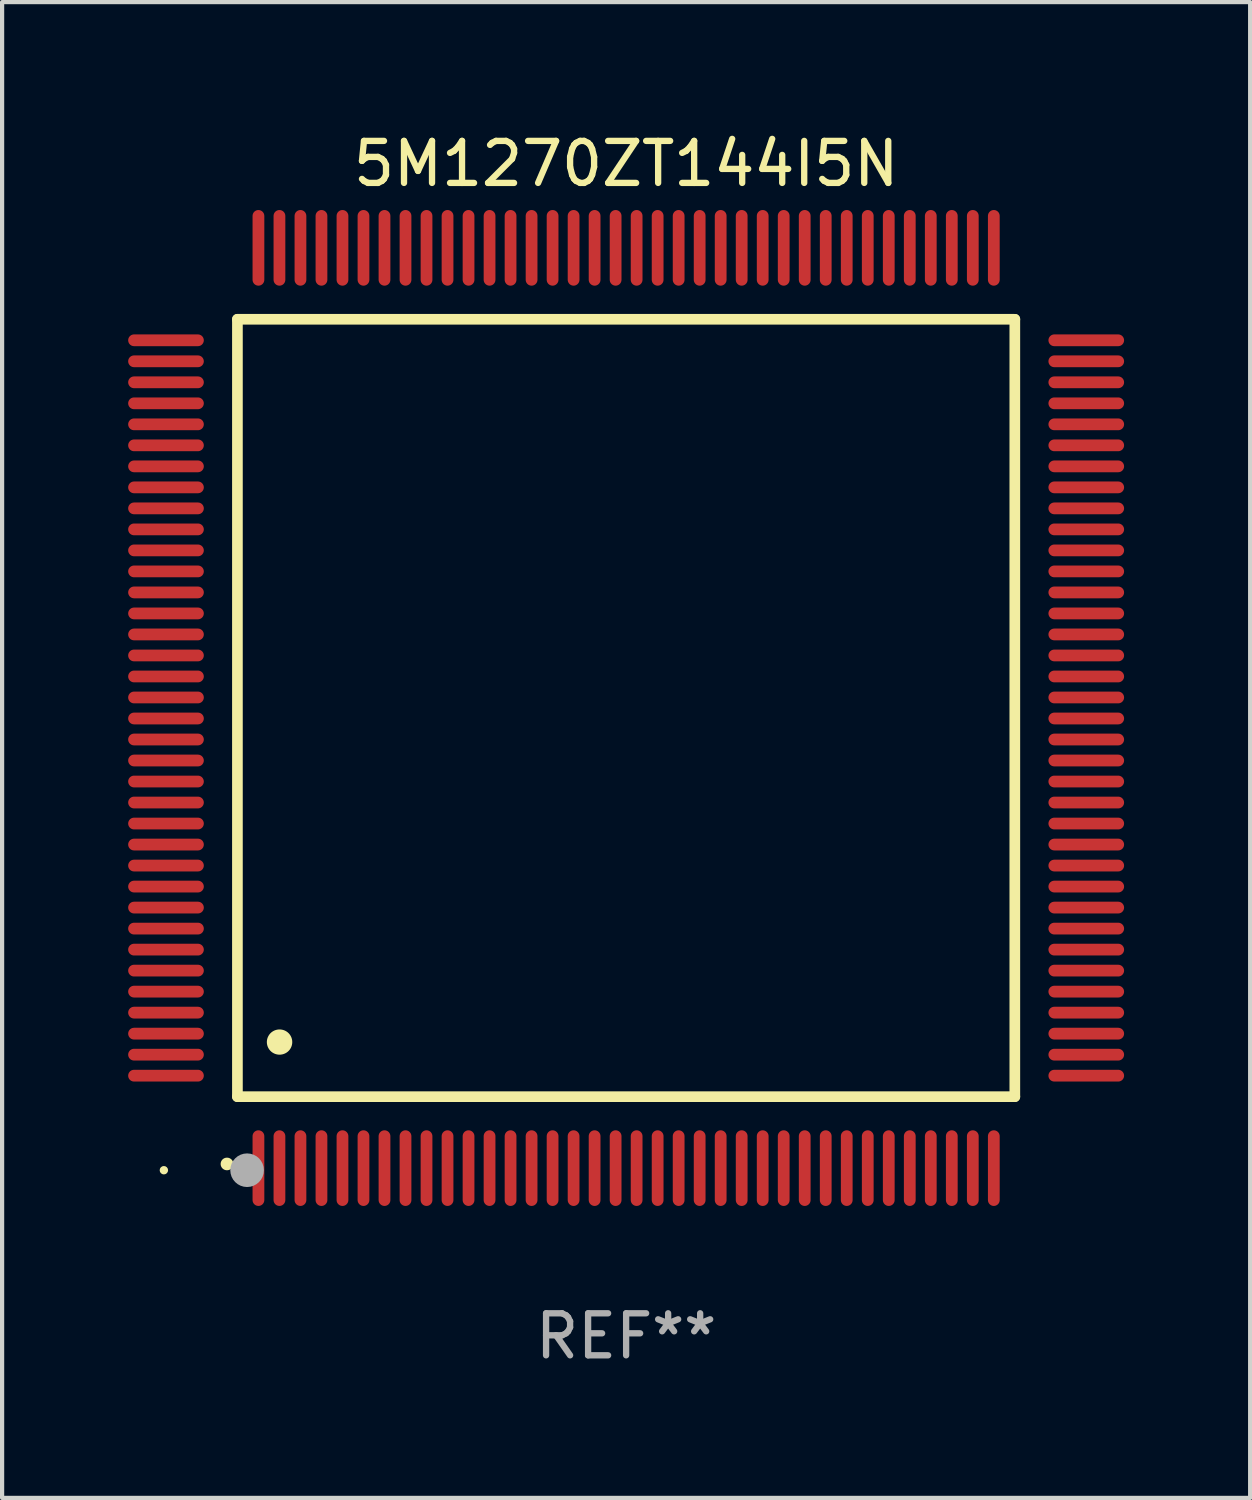
<source format=kicad_pcb>
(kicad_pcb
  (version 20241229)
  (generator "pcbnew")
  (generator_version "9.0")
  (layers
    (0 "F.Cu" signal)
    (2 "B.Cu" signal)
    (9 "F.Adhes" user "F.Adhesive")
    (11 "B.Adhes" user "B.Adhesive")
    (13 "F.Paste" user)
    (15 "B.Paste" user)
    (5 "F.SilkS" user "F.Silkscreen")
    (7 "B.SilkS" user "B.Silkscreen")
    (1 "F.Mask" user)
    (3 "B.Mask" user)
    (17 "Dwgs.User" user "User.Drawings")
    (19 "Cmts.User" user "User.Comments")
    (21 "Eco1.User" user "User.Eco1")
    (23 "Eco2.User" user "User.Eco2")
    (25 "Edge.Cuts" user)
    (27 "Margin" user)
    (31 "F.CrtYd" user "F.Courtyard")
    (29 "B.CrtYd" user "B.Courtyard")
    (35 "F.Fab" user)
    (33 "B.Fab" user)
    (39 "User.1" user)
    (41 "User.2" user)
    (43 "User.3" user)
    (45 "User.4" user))
  (footprint "5M1270ZT144I5N"
    (layer "F.Cu")
    (at 11.85 13.798)
    (property "Reference" "5M1270ZT144I5N" (at 0 -12.95 0) (layer "F.SilkS") (effects (font (size 1 1) (thickness 0.15))))
    (attr through_hole)
    (fp_line (start -9.25 -9.25) (end -9.25 9.25) (stroke (width 0.254) (type solid)) (layer "F.SilkS"))
    (fp_line (start -9.25 9.25) (end 9.25 9.25) (stroke (width 0.254) (type solid)) (layer "F.SilkS"))
    (fp_line (start 9.25 -9.25) (end -9.25 -9.25) (stroke (width 0.254) (type solid)) (layer "F.SilkS"))
    (fp_line (start 9.25 9.25) (end 9.25 -9.25) (stroke (width 0.254) (type solid)) (layer "F.SilkS"))
    (fp_arc (start -9.499619 10.850902) (mid -9.498349 10.850897) (end -9.497079 10.850902) (stroke (width 0.3) (type solid)) (layer "F.SilkS"))
    (fp_arc (start -8.249936 7.950216) (mid -8.247396 7.950205) (end -8.244856 7.950216) (stroke (width 0.6) (type solid)) (layer "F.SilkS"))
    (fp_circle (center -11 11) (end -10.95 11) (stroke (width 0.1) (type solid)) (fill no) (layer "F.SilkS"))
    (fp_circle (center -9.02 11) (end -8.82 11) (stroke (width 0.4) (type solid)) (fill no) (layer "F.Fab"))
    (fp_text user "REF**" (at 0 14.95 0) (layer "F.Fab") (effects (font (size 1 1) (thickness 0.15))))
    (pad "1" smd oval (at -8.75 10.95) (size 0.28 1.8) (layers "F.Cu" "F.Mask" "F.Paste"))
    (pad "2" smd oval (at -8.25 10.95) (size 0.28 1.8) (layers "F.Cu" "F.Mask" "F.Paste"))
    (pad "3" smd oval (at -7.75 10.95) (size 0.28 1.8) (layers "F.Cu" "F.Mask" "F.Paste"))
    (pad "4" smd oval (at -7.25 10.95) (size 0.28 1.8) (layers "F.Cu" "F.Mask" "F.Paste"))
    (pad "5" smd oval (at -6.75 10.95) (size 0.28 1.8) (layers "F.Cu" "F.Mask" "F.Paste"))
    (pad "6" smd oval (at -6.25 10.95) (size 0.28 1.8) (layers "F.Cu" "F.Mask" "F.Paste"))
    (pad "7" smd oval (at -5.75 10.95) (size 0.28 1.8) (layers "F.Cu" "F.Mask" "F.Paste"))
    (pad "8" smd oval (at -5.25 10.95) (size 0.28 1.8) (layers "F.Cu" "F.Mask" "F.Paste"))
    (pad "9" smd oval (at -4.75 10.95) (size 0.28 1.8) (layers "F.Cu" "F.Mask" "F.Paste"))
    (pad "10" smd oval (at -4.25 10.95) (size 0.28 1.8) (layers "F.Cu" "F.Mask" "F.Paste"))
    (pad "11" smd oval (at -3.75 10.95) (size 0.28 1.8) (layers "F.Cu" "F.Mask" "F.Paste"))
    (pad "12" smd oval (at -3.25 10.95) (size 0.28 1.8) (layers "F.Cu" "F.Mask" "F.Paste"))
    (pad "13" smd oval (at -2.75 10.95) (size 0.28 1.8) (layers "F.Cu" "F.Mask" "F.Paste"))
    (pad "14" smd oval (at -2.25 10.95) (size 0.28 1.8) (layers "F.Cu" "F.Mask" "F.Paste"))
    (pad "15" smd oval (at -1.75 10.95) (size 0.28 1.8) (layers "F.Cu" "F.Mask" "F.Paste"))
    (pad "16" smd oval (at -1.25 10.95) (size 0.28 1.8) (layers "F.Cu" "F.Mask" "F.Paste"))
    (pad "17" smd oval (at -0.75 10.95) (size 0.28 1.8) (layers "F.Cu" "F.Mask" "F.Paste"))
    (pad "18" smd oval (at -0.25 10.95) (size 0.28 1.8) (layers "F.Cu" "F.Mask" "F.Paste"))
    (pad "19" smd oval (at 0.25 10.95) (size 0.28 1.8) (layers "F.Cu" "F.Mask" "F.Paste"))
    (pad "20" smd oval (at 0.75 10.95) (size 0.28 1.8) (layers "F.Cu" "F.Mask" "F.Paste"))
    (pad "21" smd oval (at 1.25 10.95) (size 0.28 1.8) (layers "F.Cu" "F.Mask" "F.Paste"))
    (pad "22" smd oval (at 1.75 10.95) (size 0.28 1.8) (layers "F.Cu" "F.Mask" "F.Paste"))
    (pad "23" smd oval (at 2.25 10.95) (size 0.28 1.8) (layers "F.Cu" "F.Mask" "F.Paste"))
    (pad "24" smd oval (at 2.75 10.95) (size 0.28 1.8) (layers "F.Cu" "F.Mask" "F.Paste"))
    (pad "25" smd oval (at 3.25 10.95) (size 0.28 1.8) (layers "F.Cu" "F.Mask" "F.Paste"))
    (pad "26" smd oval (at 3.75 10.95) (size 0.28 1.8) (layers "F.Cu" "F.Mask" "F.Paste"))
    (pad "27" smd oval (at 4.25 10.95) (size 0.28 1.8) (layers "F.Cu" "F.Mask" "F.Paste"))
    (pad "28" smd oval (at 4.75 10.95) (size 0.28 1.8) (layers "F.Cu" "F.Mask" "F.Paste"))
    (pad "29" smd oval (at 5.25 10.95) (size 0.28 1.8) (layers "F.Cu" "F.Mask" "F.Paste"))
    (pad "30" smd oval (at 5.75 10.95) (size 0.28 1.8) (layers "F.Cu" "F.Mask" "F.Paste"))
    (pad "31" smd oval (at 6.25 10.95) (size 0.28 1.8) (layers "F.Cu" "F.Mask" "F.Paste"))
    (pad "32" smd oval (at 6.75 10.95) (size 0.28 1.8) (layers "F.Cu" "F.Mask" "F.Paste"))
    (pad "33" smd oval (at 7.25 10.95) (size 0.28 1.8) (layers "F.Cu" "F.Mask" "F.Paste"))
    (pad "34" smd oval (at 7.75 10.95) (size 0.28 1.8) (layers "F.Cu" "F.Mask" "F.Paste"))
    (pad "35" smd oval (at 8.25 10.95) (size 0.28 1.8) (layers "F.Cu" "F.Mask" "F.Paste"))
    (pad "36" smd oval (at 8.75 10.95) (size 0.28 1.8) (layers "F.Cu" "F.Mask" "F.Paste"))
    (pad "37" smd oval (at 10.95 8.75) (size 1.8 0.28) (layers "F.Cu" "F.Mask" "F.Paste"))
    (pad "38" smd oval (at 10.95 8.25) (size 1.8 0.28) (layers "F.Cu" "F.Mask" "F.Paste"))
    (pad "39" smd oval (at 10.95 7.75) (size 1.8 0.28) (layers "F.Cu" "F.Mask" "F.Paste"))
    (pad "40" smd oval (at 10.95 7.25) (size 1.8 0.28) (layers "F.Cu" "F.Mask" "F.Paste"))
    (pad "41" smd oval (at 10.95 6.75) (size 1.8 0.28) (layers "F.Cu" "F.Mask" "F.Paste"))
    (pad "42" smd oval (at 10.95 6.25) (size 1.8 0.28) (layers "F.Cu" "F.Mask" "F.Paste"))
    (pad "43" smd oval (at 10.95 5.75) (size 1.8 0.28) (layers "F.Cu" "F.Mask" "F.Paste"))
    (pad "44" smd oval (at 10.95 5.25) (size 1.8 0.28) (layers "F.Cu" "F.Mask" "F.Paste"))
    (pad "45" smd oval (at 10.95 4.75) (size 1.8 0.28) (layers "F.Cu" "F.Mask" "F.Paste"))
    (pad "46" smd oval (at 10.95 4.25) (size 1.8 0.28) (layers "F.Cu" "F.Mask" "F.Paste"))
    (pad "47" smd oval (at 10.95 3.75) (size 1.8 0.28) (layers "F.Cu" "F.Mask" "F.Paste"))
    (pad "48" smd oval (at 10.95 3.25) (size 1.8 0.28) (layers "F.Cu" "F.Mask" "F.Paste"))
    (pad "49" smd oval (at 10.95 2.75) (size 1.8 0.28) (layers "F.Cu" "F.Mask" "F.Paste"))
    (pad "50" smd oval (at 10.95 2.25) (size 1.8 0.28) (layers "F.Cu" "F.Mask" "F.Paste"))
    (pad "51" smd oval (at 10.95 1.75) (size 1.8 0.28) (layers "F.Cu" "F.Mask" "F.Paste"))
    (pad "52" smd oval (at 10.95 1.25) (size 1.8 0.28) (layers "F.Cu" "F.Mask" "F.Paste"))
    (pad "53" smd oval (at 10.95 0.75) (size 1.8 0.28) (layers "F.Cu" "F.Mask" "F.Paste"))
    (pad "54" smd oval (at 10.95 0.25) (size 1.8 0.28) (layers "F.Cu" "F.Mask" "F.Paste"))
    (pad "55" smd oval (at 10.95 -0.25) (size 1.8 0.28) (layers "F.Cu" "F.Mask" "F.Paste"))
    (pad "56" smd oval (at 10.95 -0.75) (size 1.8 0.28) (layers "F.Cu" "F.Mask" "F.Paste"))
    (pad "57" smd oval (at 10.95 -1.25) (size 1.8 0.28) (layers "F.Cu" "F.Mask" "F.Paste"))
    (pad "58" smd oval (at 10.95 -1.75) (size 1.8 0.28) (layers "F.Cu" "F.Mask" "F.Paste"))
    (pad "59" smd oval (at 10.95 -2.25) (size 1.8 0.28) (layers "F.Cu" "F.Mask" "F.Paste"))
    (pad "60" smd oval (at 10.95 -2.75) (size 1.8 0.28) (layers "F.Cu" "F.Mask" "F.Paste"))
    (pad "61" smd oval (at 10.95 -3.25) (size 1.8 0.28) (layers "F.Cu" "F.Mask" "F.Paste"))
    (pad "62" smd oval (at 10.95 -3.75) (size 1.8 0.28) (layers "F.Cu" "F.Mask" "F.Paste"))
    (pad "63" smd oval (at 10.95 -4.25) (size 1.8 0.28) (layers "F.Cu" "F.Mask" "F.Paste"))
    (pad "64" smd oval (at 10.95 -4.75) (size 1.8 0.28) (layers "F.Cu" "F.Mask" "F.Paste"))
    (pad "65" smd oval (at 10.95 -5.25) (size 1.8 0.28) (layers "F.Cu" "F.Mask" "F.Paste"))
    (pad "66" smd oval (at 10.95 -5.75) (size 1.8 0.28) (layers "F.Cu" "F.Mask" "F.Paste"))
    (pad "67" smd oval (at 10.95 -6.25) (size 1.8 0.28) (layers "F.Cu" "F.Mask" "F.Paste"))
    (pad "68" smd oval (at 10.95 -6.75) (size 1.8 0.28) (layers "F.Cu" "F.Mask" "F.Paste"))
    (pad "69" smd oval (at 10.95 -7.25) (size 1.8 0.28) (layers "F.Cu" "F.Mask" "F.Paste"))
    (pad "70" smd oval (at 10.95 -7.75) (size 1.8 0.28) (layers "F.Cu" "F.Mask" "F.Paste"))
    (pad "71" smd oval (at 10.95 -8.25) (size 1.8 0.28) (layers "F.Cu" "F.Mask" "F.Paste"))
    (pad "72" smd oval (at 10.95 -8.75) (size 1.8 0.28) (layers "F.Cu" "F.Mask" "F.Paste"))
    (pad "73" smd oval (at 8.75 -10.95) (size 0.28 1.8) (layers "F.Cu" "F.Mask" "F.Paste"))
    (pad "74" smd oval (at 8.25 -10.95) (size 0.28 1.8) (layers "F.Cu" "F.Mask" "F.Paste"))
    (pad "75" smd oval (at 7.75 -10.95) (size 0.28 1.8) (layers "F.Cu" "F.Mask" "F.Paste"))
    (pad "76" smd oval (at 7.25 -10.95) (size 0.28 1.8) (layers "F.Cu" "F.Mask" "F.Paste"))
    (pad "77" smd oval (at 6.75 -10.95) (size 0.28 1.8) (layers "F.Cu" "F.Mask" "F.Paste"))
    (pad "78" smd oval (at 6.25 -10.95) (size 0.28 1.8) (layers "F.Cu" "F.Mask" "F.Paste"))
    (pad "79" smd oval (at 5.75 -10.95) (size 0.28 1.8) (layers "F.Cu" "F.Mask" "F.Paste"))
    (pad "80" smd oval (at 5.25 -10.95) (size 0.28 1.8) (layers "F.Cu" "F.Mask" "F.Paste"))
    (pad "81" smd oval (at 4.75 -10.95) (size 0.28 1.8) (layers "F.Cu" "F.Mask" "F.Paste"))
    (pad "82" smd oval (at 4.25 -10.95) (size 0.28 1.8) (layers "F.Cu" "F.Mask" "F.Paste"))
    (pad "83" smd oval (at 3.75 -10.95) (size 0.28 1.8) (layers "F.Cu" "F.Mask" "F.Paste"))
    (pad "84" smd oval (at 3.25 -10.95) (size 0.28 1.8) (layers "F.Cu" "F.Mask" "F.Paste"))
    (pad "85" smd oval (at 2.75 -10.95) (size 0.28 1.8) (layers "F.Cu" "F.Mask" "F.Paste"))
    (pad "86" smd oval (at 2.25 -10.95) (size 0.28 1.8) (layers "F.Cu" "F.Mask" "F.Paste"))
    (pad "87" smd oval (at 1.75 -10.95) (size 0.28 1.8) (layers "F.Cu" "F.Mask" "F.Paste"))
    (pad "88" smd oval (at 1.25 -10.95) (size 0.28 1.8) (layers "F.Cu" "F.Mask" "F.Paste"))
    (pad "89" smd oval (at 0.75 -10.95) (size 0.28 1.8) (layers "F.Cu" "F.Mask" "F.Paste"))
    (pad "90" smd oval (at 0.25 -10.95) (size 0.28 1.8) (layers "F.Cu" "F.Mask" "F.Paste"))
    (pad "91" smd oval (at -0.25 -10.95) (size 0.28 1.8) (layers "F.Cu" "F.Mask" "F.Paste"))
    (pad "92" smd oval (at -0.75 -10.95) (size 0.28 1.8) (layers "F.Cu" "F.Mask" "F.Paste"))
    (pad "93" smd oval (at -1.25 -10.95) (size 0.28 1.8) (layers "F.Cu" "F.Mask" "F.Paste"))
    (pad "94" smd oval (at -1.75 -10.95) (size 0.28 1.8) (layers "F.Cu" "F.Mask" "F.Paste"))
    (pad "95" smd oval (at -2.25 -10.95) (size 0.28 1.8) (layers "F.Cu" "F.Mask" "F.Paste"))
    (pad "96" smd oval (at -2.75 -10.95) (size 0.28 1.8) (layers "F.Cu" "F.Mask" "F.Paste"))
    (pad "97" smd oval (at -3.25 -10.95) (size 0.28 1.8) (layers "F.Cu" "F.Mask" "F.Paste"))
    (pad "98" smd oval (at -3.75 -10.95) (size 0.28 1.8) (layers "F.Cu" "F.Mask" "F.Paste"))
    (pad "99" smd oval (at -4.25 -10.95) (size 0.28 1.8) (layers "F.Cu" "F.Mask" "F.Paste"))
    (pad "100" smd oval (at -4.75 -10.95) (size 0.28 1.8) (layers "F.Cu" "F.Mask" "F.Paste"))
    (pad "101" smd oval (at -5.25 -10.95) (size 0.28 1.8) (layers "F.Cu" "F.Mask" "F.Paste"))
    (pad "102" smd oval (at -5.75 -10.95) (size 0.28 1.8) (layers "F.Cu" "F.Mask" "F.Paste"))
    (pad "103" smd oval (at -6.25 -10.95) (size 0.28 1.8) (layers "F.Cu" "F.Mask" "F.Paste"))
    (pad "104" smd oval (at -6.75 -10.95) (size 0.28 1.8) (layers "F.Cu" "F.Mask" "F.Paste"))
    (pad "105" smd oval (at -7.25 -10.95) (size 0.28 1.8) (layers "F.Cu" "F.Mask" "F.Paste"))
    (pad "106" smd oval (at -7.75 -10.95) (size 0.28 1.8) (layers "F.Cu" "F.Mask" "F.Paste"))
    (pad "107" smd oval (at -8.25 -10.95) (size 0.28 1.8) (layers "F.Cu" "F.Mask" "F.Paste"))
    (pad "108" smd oval (at -8.75 -10.95) (size 0.28 1.8) (layers "F.Cu" "F.Mask" "F.Paste"))
    (pad "109" smd oval (at -10.95 -8.75) (size 1.8 0.28) (layers "F.Cu" "F.Mask" "F.Paste"))
    (pad "110" smd oval (at -10.95 -8.25) (size 1.8 0.28) (layers "F.Cu" "F.Mask" "F.Paste"))
    (pad "111" smd oval (at -10.95 -7.75) (size 1.8 0.28) (layers "F.Cu" "F.Mask" "F.Paste"))
    (pad "112" smd oval (at -10.95 -7.25) (size 1.8 0.28) (layers "F.Cu" "F.Mask" "F.Paste"))
    (pad "113" smd oval (at -10.95 -6.75) (size 1.8 0.28) (layers "F.Cu" "F.Mask" "F.Paste"))
    (pad "114" smd oval (at -10.95 -6.25) (size 1.8 0.28) (layers "F.Cu" "F.Mask" "F.Paste"))
    (pad "115" smd oval (at -10.95 -5.75) (size 1.8 0.28) (layers "F.Cu" "F.Mask" "F.Paste"))
    (pad "116" smd oval (at -10.95 -5.25) (size 1.8 0.28) (layers "F.Cu" "F.Mask" "F.Paste"))
    (pad "117" smd oval (at -10.95 -4.75) (size 1.8 0.28) (layers "F.Cu" "F.Mask" "F.Paste"))
    (pad "118" smd oval (at -10.95 -4.25) (size 1.8 0.28) (layers "F.Cu" "F.Mask" "F.Paste"))
    (pad "119" smd oval (at -10.95 -3.75) (size 1.8 0.28) (layers "F.Cu" "F.Mask" "F.Paste"))
    (pad "120" smd oval (at -10.95 -3.25) (size 1.8 0.28) (layers "F.Cu" "F.Mask" "F.Paste"))
    (pad "121" smd oval (at -10.95 -2.75) (size 1.8 0.28) (layers "F.Cu" "F.Mask" "F.Paste"))
    (pad "122" smd oval (at -10.95 -2.25) (size 1.8 0.28) (layers "F.Cu" "F.Mask" "F.Paste"))
    (pad "123" smd oval (at -10.95 -1.75) (size 1.8 0.28) (layers "F.Cu" "F.Mask" "F.Paste"))
    (pad "124" smd oval (at -10.95 -1.25) (size 1.8 0.28) (layers "F.Cu" "F.Mask" "F.Paste"))
    (pad "125" smd oval (at -10.95 -0.75) (size 1.8 0.28) (layers "F.Cu" "F.Mask" "F.Paste"))
    (pad "126" smd oval (at -10.95 -0.25) (size 1.8 0.28) (layers "F.Cu" "F.Mask" "F.Paste"))
    (pad "127" smd oval (at -10.95 0.25) (size 1.8 0.28) (layers "F.Cu" "F.Mask" "F.Paste"))
    (pad "128" smd oval (at -10.95 0.75) (size 1.8 0.28) (layers "F.Cu" "F.Mask" "F.Paste"))
    (pad "129" smd oval (at -10.95 1.25) (size 1.8 0.28) (layers "F.Cu" "F.Mask" "F.Paste"))
    (pad "130" smd oval (at -10.95 1.75) (size 1.8 0.28) (layers "F.Cu" "F.Mask" "F.Paste"))
    (pad "131" smd oval (at -10.95 2.25) (size 1.8 0.28) (layers "F.Cu" "F.Mask" "F.Paste"))
    (pad "132" smd oval (at -10.95 2.75) (size 1.8 0.28) (layers "F.Cu" "F.Mask" "F.Paste"))
    (pad "133" smd oval (at -10.95 3.25) (size 1.8 0.28) (layers "F.Cu" "F.Mask" "F.Paste"))
    (pad "134" smd oval (at -10.95 3.75) (size 1.8 0.28) (layers "F.Cu" "F.Mask" "F.Paste"))
    (pad "135" smd oval (at -10.95 4.25) (size 1.8 0.28) (layers "F.Cu" "F.Mask" "F.Paste"))
    (pad "136" smd oval (at -10.95 4.75) (size 1.8 0.28) (layers "F.Cu" "F.Mask" "F.Paste"))
    (pad "137" smd oval (at -10.95 5.25) (size 1.8 0.28) (layers "F.Cu" "F.Mask" "F.Paste"))
    (pad "138" smd oval (at -10.95 5.75) (size 1.8 0.28) (layers "F.Cu" "F.Mask" "F.Paste"))
    (pad "139" smd oval (at -10.95 6.25) (size 1.8 0.28) (layers "F.Cu" "F.Mask" "F.Paste"))
    (pad "140" smd oval (at -10.95 6.75) (size 1.8 0.28) (layers "F.Cu" "F.Mask" "F.Paste"))
    (pad "141" smd oval (at -10.95 7.25) (size 1.8 0.28) (layers "F.Cu" "F.Mask" "F.Paste"))
    (pad "142" smd oval (at -10.95 7.75) (size 1.8 0.28) (layers "F.Cu" "F.Mask" "F.Paste"))
    (pad "143" smd oval (at -10.95 8.25) (size 1.8 0.28) (layers "F.Cu" "F.Mask" "F.Paste"))
    (pad "144" smd oval (at -10.95 8.75) (size 1.8 0.28) (layers "F.Cu" "F.Mask" "F.Paste")))
  (gr_rect
    (start -3 -3)
    (end 26.7 32.596)
    (stroke (width 0.1) (type default))
    (fill no)
    (layer "Edge.Cuts")))
</source>
